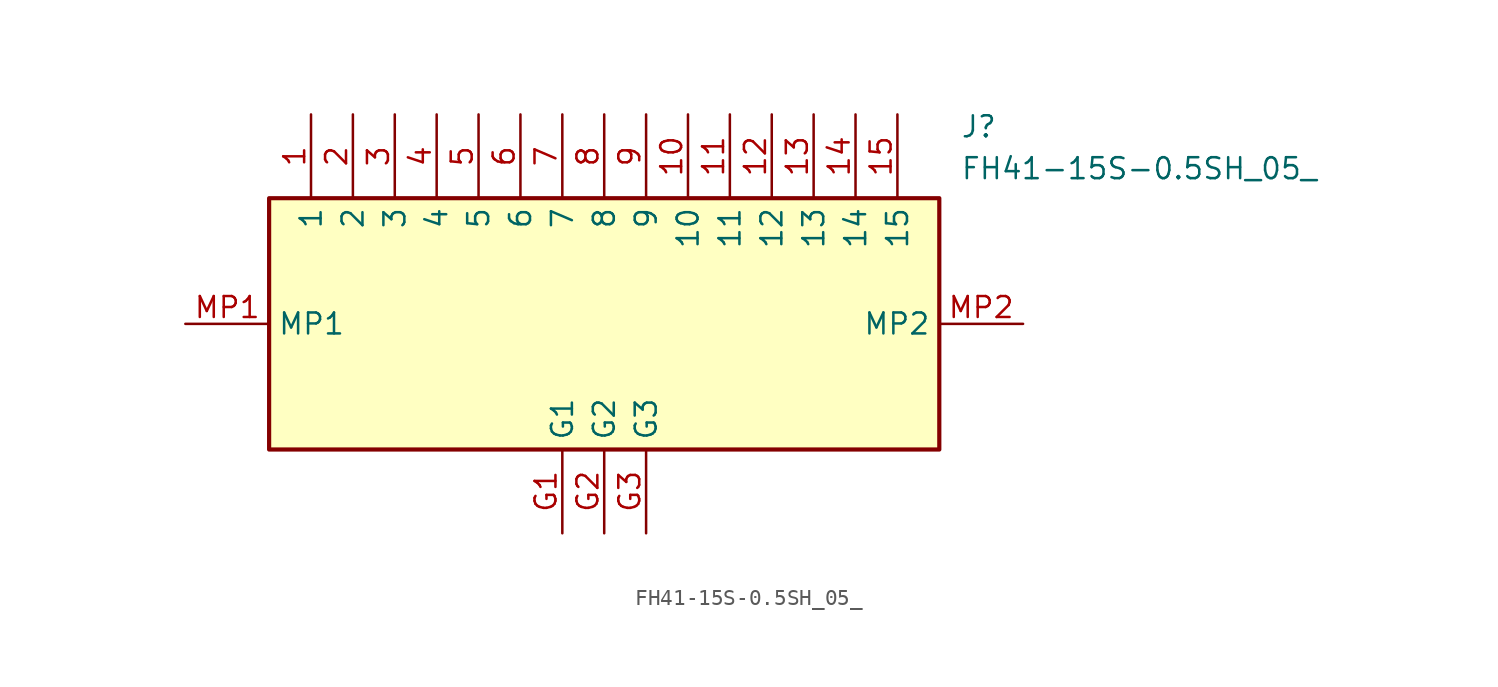
<source format=kicad_sym>
(kicad_symbol_lib
  (version 20211014)
  (generator SamacSys_ECAD_Model)
  (symbol "FH41-15S-0.5SH_05_"
    (property "Reference" "J"
      (at 46.99 12.7 0)
      (effects (font (size 1.27 1.27)) (justify left top)))
    (property "Value" "FH41-15S-0.5SH_05_"
      (at 46.99 10.16 0)
      (effects (font (size 1.27 1.27)) (justify left top)))
    (rectangle
      (start 5.08 7.62)
      (end 45.72 -7.62)
      (stroke (width 0.254) (type default))
      (fill (type background)))
    (pin passive line
      (at 7.62 12.7 270)
      (length 5.08)
      (name "1" (effects (font (size 1.27 1.27))))
      (number "1" (effects (font (size 1.27 1.27)))))
    (pin passive line
      (at 10.16 12.7 270)
      (length 5.08)
      (name "2" (effects (font (size 1.27 1.27))))
      (number "2" (effects (font (size 1.27 1.27)))))
    (pin passive line
      (at 12.7 12.7 270)
      (length 5.08)
      (name "3" (effects (font (size 1.27 1.27))))
      (number "3" (effects (font (size 1.27 1.27)))))
    (pin passive line
      (at 15.24 12.7 270)
      (length 5.08)
      (name "4" (effects (font (size 1.27 1.27))))
      (number "4" (effects (font (size 1.27 1.27)))))
    (pin passive line
      (at 17.78 12.7 270)
      (length 5.08)
      (name "5" (effects (font (size 1.27 1.27))))
      (number "5" (effects (font (size 1.27 1.27)))))
    (pin passive line
      (at 20.32 12.7 270)
      (length 5.08)
      (name "6" (effects (font (size 1.27 1.27))))
      (number "6" (effects (font (size 1.27 1.27)))))
    (pin passive line
      (at 22.86 12.7 270)
      (length 5.08)
      (name "7" (effects (font (size 1.27 1.27))))
      (number "7" (effects (font (size 1.27 1.27)))))
    (pin passive line
      (at 25.4 12.7 270)
      (length 5.08)
      (name "8" (effects (font (size 1.27 1.27))))
      (number "8" (effects (font (size 1.27 1.27)))))
    (pin passive line
      (at 27.94 12.7 270)
      (length 5.08)
      (name "9" (effects (font (size 1.27 1.27))))
      (number "9" (effects (font (size 1.27 1.27)))))
    (pin passive line
      (at 30.48 12.7 270)
      (length 5.08)
      (name "10" (effects (font (size 1.27 1.27))))
      (number "10" (effects (font (size 1.27 1.27)))))
    (pin passive line
      (at 33.02 12.7 270)
      (length 5.08)
      (name "11" (effects (font (size 1.27 1.27))))
      (number "11" (effects (font (size 1.27 1.27)))))
    (pin passive line
      (at 35.56 12.7 270)
      (length 5.08)
      (name "12" (effects (font (size 1.27 1.27))))
      (number "12" (effects (font (size 1.27 1.27)))))
    (pin passive line
      (at 38.1 12.7 270)
      (length 5.08)
      (name "13" (effects (font (size 1.27 1.27))))
      (number "13" (effects (font (size 1.27 1.27)))))
    (pin passive line
      (at 40.64 12.7 270)
      (length 5.08)
      (name "14" (effects (font (size 1.27 1.27))))
      (number "14" (effects (font (size 1.27 1.27)))))
    (pin passive line
      (at 43.18 12.7 270)
      (length 5.08)
      (name "15" (effects (font (size 1.27 1.27))))
      (number "15" (effects (font (size 1.27 1.27)))))
    (pin passive line
      (at 22.86 -12.7 90)
      (length 5.08)
      (name "G1" (effects (font (size 1.27 1.27))))
      (number "G1" (effects (font (size 1.27 1.27)))))
    (pin passive line
      (at 25.4 -12.7 90)
      (length 5.08)
      (name "G2" (effects (font (size 1.27 1.27))))
      (number "G2" (effects (font (size 1.27 1.27)))))
    (pin passive line
      (at 27.94 -12.7 90)
      (length 5.08)
      (name "G3" (effects (font (size 1.27 1.27))))
      (number "G3" (effects (font (size 1.27 1.27)))))
    (pin passive line
      (at 0 0 0)
      (length 5.08)
      (name "MP1" (effects (font (size 1.27 1.27))))
      (number "MP1" (effects (font (size 1.27 1.27)))))
    (pin passive line
      (at 50.8 0 180)
      (length 5.08)
      (name "MP2" (effects (font (size 1.27 1.27))))
      (number "MP2" (effects (font (size 1.27 1.27)))))))
</source>
